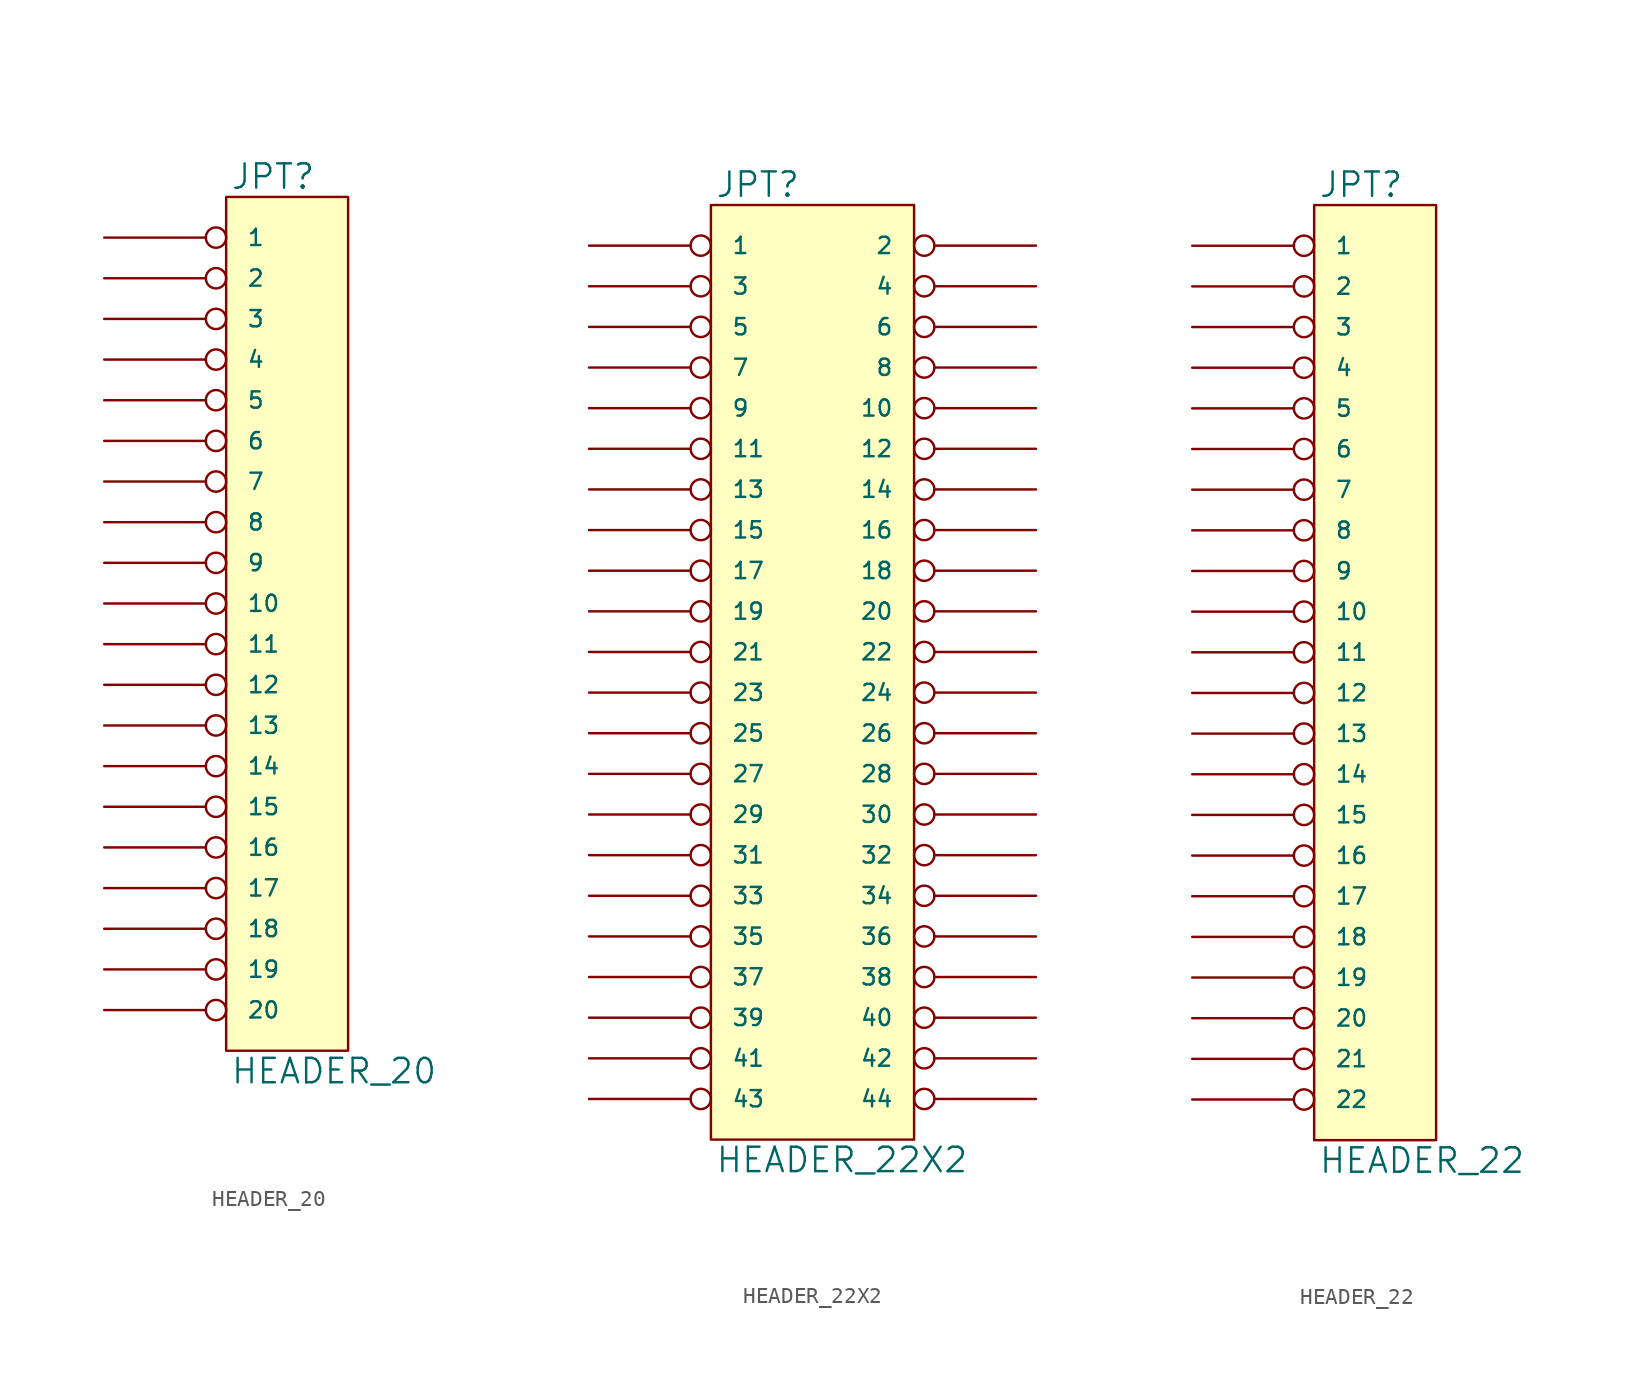
<source format=kicad_sym>
(kicad_symbol_lib
  (version 20231120)
  (generator "kicad_symbol_editor")
  (generator_version "8.0")
  (symbol "HEADER_20"
    (pin_names
      (offset 1.27))
    (property "Reference" "JPT"
      (at 0.254 0.381 0)
      (effects (font (size 1.524 1.524)) (justify left bottom)))
    (property "Value" "HEADER_20"
      (at 0.254 -53.721 0)
      (effects (font (size 1.524 1.524)) (justify left top)))
    (symbol "HEADER_20_0_1"
      (rectangle (start 0 0) (end 7.62 -53.34) (stroke (width 0) (type solid)) (fill (type background))))
    (symbol "HEADER_20_1_1"
      (pin passive inverted (at -7.62 -2.54 0) (length 7.62) (name "1" (effects (font (size 1.016 1.016)))) (number "~" (effects (font (size 1.27 1.27)))))
      (pin passive inverted (at -7.62 -25.4 0) (length 7.62) (name "10" (effects (font (size 1.016 1.016)))) (number "~" (effects (font (size 1.27 1.27)))))
      (pin passive inverted (at -7.62 -27.94 0) (length 7.62) (name "11" (effects (font (size 1.016 1.016)))) (number "~" (effects (font (size 1.27 1.27)))))
      (pin passive inverted (at -7.62 -30.48 0) (length 7.62) (name "12" (effects (font (size 1.016 1.016)))) (number "~" (effects (font (size 1.27 1.27)))))
      (pin passive inverted (at -7.62 -33.02 0) (length 7.62) (name "13" (effects (font (size 1.016 1.016)))) (number "~" (effects (font (size 1.27 1.27)))))
      (pin passive inverted (at -7.62 -35.56 0) (length 7.62) (name "14" (effects (font (size 1.016 1.016)))) (number "~" (effects (font (size 1.27 1.27)))))
      (pin passive inverted (at -7.62 -38.1 0) (length 7.62) (name "15" (effects (font (size 1.016 1.016)))) (number "~" (effects (font (size 1.27 1.27)))))
      (pin passive inverted (at -7.62 -40.64 0) (length 7.62) (name "16" (effects (font (size 1.016 1.016)))) (number "~" (effects (font (size 1.27 1.27)))))
      (pin passive inverted (at -7.62 -43.18 0) (length 7.62) (name "17" (effects (font (size 1.016 1.016)))) (number "~" (effects (font (size 1.27 1.27)))))
      (pin passive inverted (at -7.62 -45.72 0) (length 7.62) (name "18" (effects (font (size 1.016 1.016)))) (number "~" (effects (font (size 1.27 1.27)))))
      (pin passive inverted (at -7.62 -48.26 0) (length 7.62) (name "19" (effects (font (size 1.016 1.016)))) (number "~" (effects (font (size 1.27 1.27)))))
      (pin passive inverted (at -7.62 -5.08 0) (length 7.62) (name "2" (effects (font (size 1.016 1.016)))) (number "~" (effects (font (size 1.27 1.27)))))
      (pin passive inverted (at -7.62 -50.8 0) (length 7.62) (name "20" (effects (font (size 1.016 1.016)))) (number "~" (effects (font (size 1.27 1.27)))))
      (pin passive inverted (at -7.62 -7.62 0) (length 7.62) (name "3" (effects (font (size 1.016 1.016)))) (number "~" (effects (font (size 1.27 1.27)))))
      (pin passive inverted (at -7.62 -10.16 0) (length 7.62) (name "4" (effects (font (size 1.016 1.016)))) (number "~" (effects (font (size 1.27 1.27)))))
      (pin passive inverted (at -7.62 -12.7 0) (length 7.62) (name "5" (effects (font (size 1.016 1.016)))) (number "~" (effects (font (size 1.27 1.27)))))
      (pin passive inverted (at -7.62 -15.24 0) (length 7.62) (name "6" (effects (font (size 1.016 1.016)))) (number "~" (effects (font (size 1.27 1.27)))))
      (pin passive inverted (at -7.62 -17.78 0) (length 7.62) (name "7" (effects (font (size 1.016 1.016)))) (number "~" (effects (font (size 1.27 1.27)))))
      (pin passive inverted (at -7.62 -20.32 0) (length 7.62) (name "8" (effects (font (size 1.016 1.016)))) (number "~" (effects (font (size 1.27 1.27)))))
      (pin passive inverted (at -7.62 -22.86 0) (length 7.62) (name "9" (effects (font (size 1.016 1.016)))) (number "~" (effects (font (size 1.27 1.27)))))))
  (symbol "HEADER_22X2"
    (pin_names
      (offset 1.27))
    (property "Reference" "JPT"
      (at 0.254 0.381 0)
      (effects (font (size 1.524 1.524)) (justify left bottom)))
    (property "Value" "HEADER_22X2"
      (at 0.254 -58.801 0)
      (effects (font (size 1.524 1.524)) (justify left top)))
    (symbol "HEADER_22X2_0_1"
      (rectangle (start 0 0) (end 12.7 -58.42) (stroke (width 0) (type solid)) (fill (type background))))
    (symbol "HEADER_22X2_1_1"
      (pin passive inverted (at -7.62 -2.54 0) (length 7.62) (name "1" (effects (font (size 1.016 1.016)))) (number "~" (effects (font (size 1.27 1.27)))))
      (pin passive inverted (at 20.32 -12.7 180) (length 7.62) (name "10" (effects (font (size 1.016 1.016)))) (number "~" (effects (font (size 1.27 1.27)))))
      (pin passive inverted (at -7.62 -15.24 0) (length 7.62) (name "11" (effects (font (size 1.016 1.016)))) (number "~" (effects (font (size 1.27 1.27)))))
      (pin passive inverted (at 20.32 -15.24 180) (length 7.62) (name "12" (effects (font (size 1.016 1.016)))) (number "~" (effects (font (size 1.27 1.27)))))
      (pin passive inverted (at -7.62 -17.78 0) (length 7.62) (name "13" (effects (font (size 1.016 1.016)))) (number "~" (effects (font (size 1.27 1.27)))))
      (pin passive inverted (at 20.32 -17.78 180) (length 7.62) (name "14" (effects (font (size 1.016 1.016)))) (number "~" (effects (font (size 1.27 1.27)))))
      (pin passive inverted (at -7.62 -20.32 0) (length 7.62) (name "15" (effects (font (size 1.016 1.016)))) (number "~" (effects (font (size 1.27 1.27)))))
      (pin passive inverted (at 20.32 -20.32 180) (length 7.62) (name "16" (effects (font (size 1.016 1.016)))) (number "~" (effects (font (size 1.27 1.27)))))
      (pin passive inverted (at -7.62 -22.86 0) (length 7.62) (name "17" (effects (font (size 1.016 1.016)))) (number "~" (effects (font (size 1.27 1.27)))))
      (pin passive inverted (at 20.32 -22.86 180) (length 7.62) (name "18" (effects (font (size 1.016 1.016)))) (number "~" (effects (font (size 1.27 1.27)))))
      (pin passive inverted (at -7.62 -25.4 0) (length 7.62) (name "19" (effects (font (size 1.016 1.016)))) (number "~" (effects (font (size 1.27 1.27)))))
      (pin passive inverted (at 20.32 -2.54 180) (length 7.62) (name "2" (effects (font (size 1.016 1.016)))) (number "~" (effects (font (size 1.27 1.27)))))
      (pin passive inverted (at 20.32 -25.4 180) (length 7.62) (name "20" (effects (font (size 1.016 1.016)))) (number "~" (effects (font (size 1.27 1.27)))))
      (pin passive inverted (at -7.62 -27.94 0) (length 7.62) (name "21" (effects (font (size 1.016 1.016)))) (number "~" (effects (font (size 1.27 1.27)))))
      (pin passive inverted (at 20.32 -27.94 180) (length 7.62) (name "22" (effects (font (size 1.016 1.016)))) (number "~" (effects (font (size 1.27 1.27)))))
      (pin passive inverted (at -7.62 -30.48 0) (length 7.62) (name "23" (effects (font (size 1.016 1.016)))) (number "~" (effects (font (size 1.27 1.27)))))
      (pin passive inverted (at 20.32 -30.48 180) (length 7.62) (name "24" (effects (font (size 1.016 1.016)))) (number "~" (effects (font (size 1.27 1.27)))))
      (pin passive inverted (at -7.62 -33.02 0) (length 7.62) (name "25" (effects (font (size 1.016 1.016)))) (number "~" (effects (font (size 1.27 1.27)))))
      (pin passive inverted (at 20.32 -33.02 180) (length 7.62) (name "26" (effects (font (size 1.016 1.016)))) (number "~" (effects (font (size 1.27 1.27)))))
      (pin passive inverted (at -7.62 -35.56 0) (length 7.62) (name "27" (effects (font (size 1.016 1.016)))) (number "~" (effects (font (size 1.27 1.27)))))
      (pin passive inverted (at 20.32 -35.56 180) (length 7.62) (name "28" (effects (font (size 1.016 1.016)))) (number "~" (effects (font (size 1.27 1.27)))))
      (pin passive inverted (at -7.62 -38.1 0) (length 7.62) (name "29" (effects (font (size 1.016 1.016)))) (number "~" (effects (font (size 1.27 1.27)))))
      (pin passive inverted (at -7.62 -5.08 0) (length 7.62) (name "3" (effects (font (size 1.016 1.016)))) (number "~" (effects (font (size 1.27 1.27)))))
      (pin passive inverted (at 20.32 -38.1 180) (length 7.62) (name "30" (effects (font (size 1.016 1.016)))) (number "~" (effects (font (size 1.27 1.27)))))
      (pin passive inverted (at -7.62 -40.64 0) (length 7.62) (name "31" (effects (font (size 1.016 1.016)))) (number "~" (effects (font (size 1.27 1.27)))))
      (pin passive inverted (at 20.32 -40.64 180) (length 7.62) (name "32" (effects (font (size 1.016 1.016)))) (number "~" (effects (font (size 1.27 1.27)))))
      (pin passive inverted (at -7.62 -43.18 0) (length 7.62) (name "33" (effects (font (size 1.016 1.016)))) (number "~" (effects (font (size 1.27 1.27)))))
      (pin passive inverted (at 20.32 -43.18 180) (length 7.62) (name "34" (effects (font (size 1.016 1.016)))) (number "~" (effects (font (size 1.27 1.27)))))
      (pin passive inverted (at -7.62 -45.72 0) (length 7.62) (name "35" (effects (font (size 1.016 1.016)))) (number "~" (effects (font (size 1.27 1.27)))))
      (pin passive inverted (at 20.32 -45.72 180) (length 7.62) (name "36" (effects (font (size 1.016 1.016)))) (number "~" (effects (font (size 1.27 1.27)))))
      (pin passive inverted (at -7.62 -48.26 0) (length 7.62) (name "37" (effects (font (size 1.016 1.016)))) (number "~" (effects (font (size 1.27 1.27)))))
      (pin passive inverted (at 20.32 -48.26 180) (length 7.62) (name "38" (effects (font (size 1.016 1.016)))) (number "~" (effects (font (size 1.27 1.27)))))
      (pin passive inverted (at -7.62 -50.8 0) (length 7.62) (name "39" (effects (font (size 1.016 1.016)))) (number "~" (effects (font (size 1.27 1.27)))))
      (pin passive inverted (at 20.32 -5.08 180) (length 7.62) (name "4" (effects (font (size 1.016 1.016)))) (number "~" (effects (font (size 1.27 1.27)))))
      (pin passive inverted (at 20.32 -50.8 180) (length 7.62) (name "40" (effects (font (size 1.016 1.016)))) (number "~" (effects (font (size 1.27 1.27)))))
      (pin passive inverted (at -7.62 -53.34 0) (length 7.62) (name "41" (effects (font (size 1.016 1.016)))) (number "~" (effects (font (size 1.27 1.27)))))
      (pin passive inverted (at 20.32 -53.34 180) (length 7.62) (name "42" (effects (font (size 1.016 1.016)))) (number "~" (effects (font (size 1.27 1.27)))))
      (pin passive inverted (at -7.62 -55.88 0) (length 7.62) (name "43" (effects (font (size 1.016 1.016)))) (number "~" (effects (font (size 1.27 1.27)))))
      (pin passive inverted (at 20.32 -55.88 180) (length 7.62) (name "44" (effects (font (size 1.016 1.016)))) (number "~" (effects (font (size 1.27 1.27)))))
      (pin passive inverted (at -7.62 -7.62 0) (length 7.62) (name "5" (effects (font (size 1.016 1.016)))) (number "~" (effects (font (size 1.27 1.27)))))
      (pin passive inverted (at 20.32 -7.62 180) (length 7.62) (name "6" (effects (font (size 1.016 1.016)))) (number "~" (effects (font (size 1.27 1.27)))))
      (pin passive inverted (at -7.62 -10.16 0) (length 7.62) (name "7" (effects (font (size 1.016 1.016)))) (number "~" (effects (font (size 1.27 1.27)))))
      (pin passive inverted (at 20.32 -10.16 180) (length 7.62) (name "8" (effects (font (size 1.016 1.016)))) (number "~" (effects (font (size 1.27 1.27)))))
      (pin passive inverted (at -7.62 -12.7 0) (length 7.62) (name "9" (effects (font (size 1.016 1.016)))) (number "~" (effects (font (size 1.27 1.27)))))))
  (symbol "HEADER_22"
    (pin_names
      (offset 1.27))
    (property "Reference" "JPT"
      (at 0.254 0.381 0)
      (effects (font (size 1.524 1.524)) (justify left bottom)))
    (property "Value" "HEADER_22"
      (at 0.254 -58.801 0)
      (effects (font (size 1.524 1.524)) (justify left top)))
    (symbol "HEADER_22_0_1"
      (rectangle (start 0 0) (end 7.62 -58.42) (stroke (width 0) (type solid)) (fill (type background))))
    (symbol "HEADER_22_1_1"
      (pin passive inverted (at -7.62 -2.54 0) (length 7.62) (name "1" (effects (font (size 1.016 1.016)))) (number "~" (effects (font (size 1.27 1.27)))))
      (pin passive inverted (at -7.62 -25.4 0) (length 7.62) (name "10" (effects (font (size 1.016 1.016)))) (number "~" (effects (font (size 1.27 1.27)))))
      (pin passive inverted (at -7.62 -27.94 0) (length 7.62) (name "11" (effects (font (size 1.016 1.016)))) (number "~" (effects (font (size 1.27 1.27)))))
      (pin passive inverted (at -7.62 -30.48 0) (length 7.62) (name "12" (effects (font (size 1.016 1.016)))) (number "~" (effects (font (size 1.27 1.27)))))
      (pin passive inverted (at -7.62 -33.02 0) (length 7.62) (name "13" (effects (font (size 1.016 1.016)))) (number "~" (effects (font (size 1.27 1.27)))))
      (pin passive inverted (at -7.62 -35.56 0) (length 7.62) (name "14" (effects (font (size 1.016 1.016)))) (number "~" (effects (font (size 1.27 1.27)))))
      (pin passive inverted (at -7.62 -38.1 0) (length 7.62) (name "15" (effects (font (size 1.016 1.016)))) (number "~" (effects (font (size 1.27 1.27)))))
      (pin passive inverted (at -7.62 -40.64 0) (length 7.62) (name "16" (effects (font (size 1.016 1.016)))) (number "~" (effects (font (size 1.27 1.27)))))
      (pin passive inverted (at -7.62 -43.18 0) (length 7.62) (name "17" (effects (font (size 1.016 1.016)))) (number "~" (effects (font (size 1.27 1.27)))))
      (pin passive inverted (at -7.62 -45.72 0) (length 7.62) (name "18" (effects (font (size 1.016 1.016)))) (number "~" (effects (font (size 1.27 1.27)))))
      (pin passive inverted (at -7.62 -48.26 0) (length 7.62) (name "19" (effects (font (size 1.016 1.016)))) (number "~" (effects (font (size 1.27 1.27)))))
      (pin passive inverted (at -7.62 -5.08 0) (length 7.62) (name "2" (effects (font (size 1.016 1.016)))) (number "~" (effects (font (size 1.27 1.27)))))
      (pin passive inverted (at -7.62 -50.8 0) (length 7.62) (name "20" (effects (font (size 1.016 1.016)))) (number "~" (effects (font (size 1.27 1.27)))))
      (pin passive inverted (at -7.62 -53.34 0) (length 7.62) (name "21" (effects (font (size 1.016 1.016)))) (number "~" (effects (font (size 1.27 1.27)))))
      (pin passive inverted (at -7.62 -55.88 0) (length 7.62) (name "22" (effects (font (size 1.016 1.016)))) (number "~" (effects (font (size 1.27 1.27)))))
      (pin passive inverted (at -7.62 -7.62 0) (length 7.62) (name "3" (effects (font (size 1.016 1.016)))) (number "~" (effects (font (size 1.27 1.27)))))
      (pin passive inverted (at -7.62 -10.16 0) (length 7.62) (name "4" (effects (font (size 1.016 1.016)))) (number "~" (effects (font (size 1.27 1.27)))))
      (pin passive inverted (at -7.62 -12.7 0) (length 7.62) (name "5" (effects (font (size 1.016 1.016)))) (number "~" (effects (font (size 1.27 1.27)))))
      (pin passive inverted (at -7.62 -15.24 0) (length 7.62) (name "6" (effects (font (size 1.016 1.016)))) (number "~" (effects (font (size 1.27 1.27)))))
      (pin passive inverted (at -7.62 -17.78 0) (length 7.62) (name "7" (effects (font (size 1.016 1.016)))) (number "~" (effects (font (size 1.27 1.27)))))
      (pin passive inverted (at -7.62 -20.32 0) (length 7.62) (name "8" (effects (font (size 1.016 1.016)))) (number "~" (effects (font (size 1.27 1.27)))))
      (pin passive inverted (at -7.62 -22.86 0) (length 7.62) (name "9" (effects (font (size 1.016 1.016)))) (number "~" (effects (font (size 1.27 1.27))))))))
</source>
